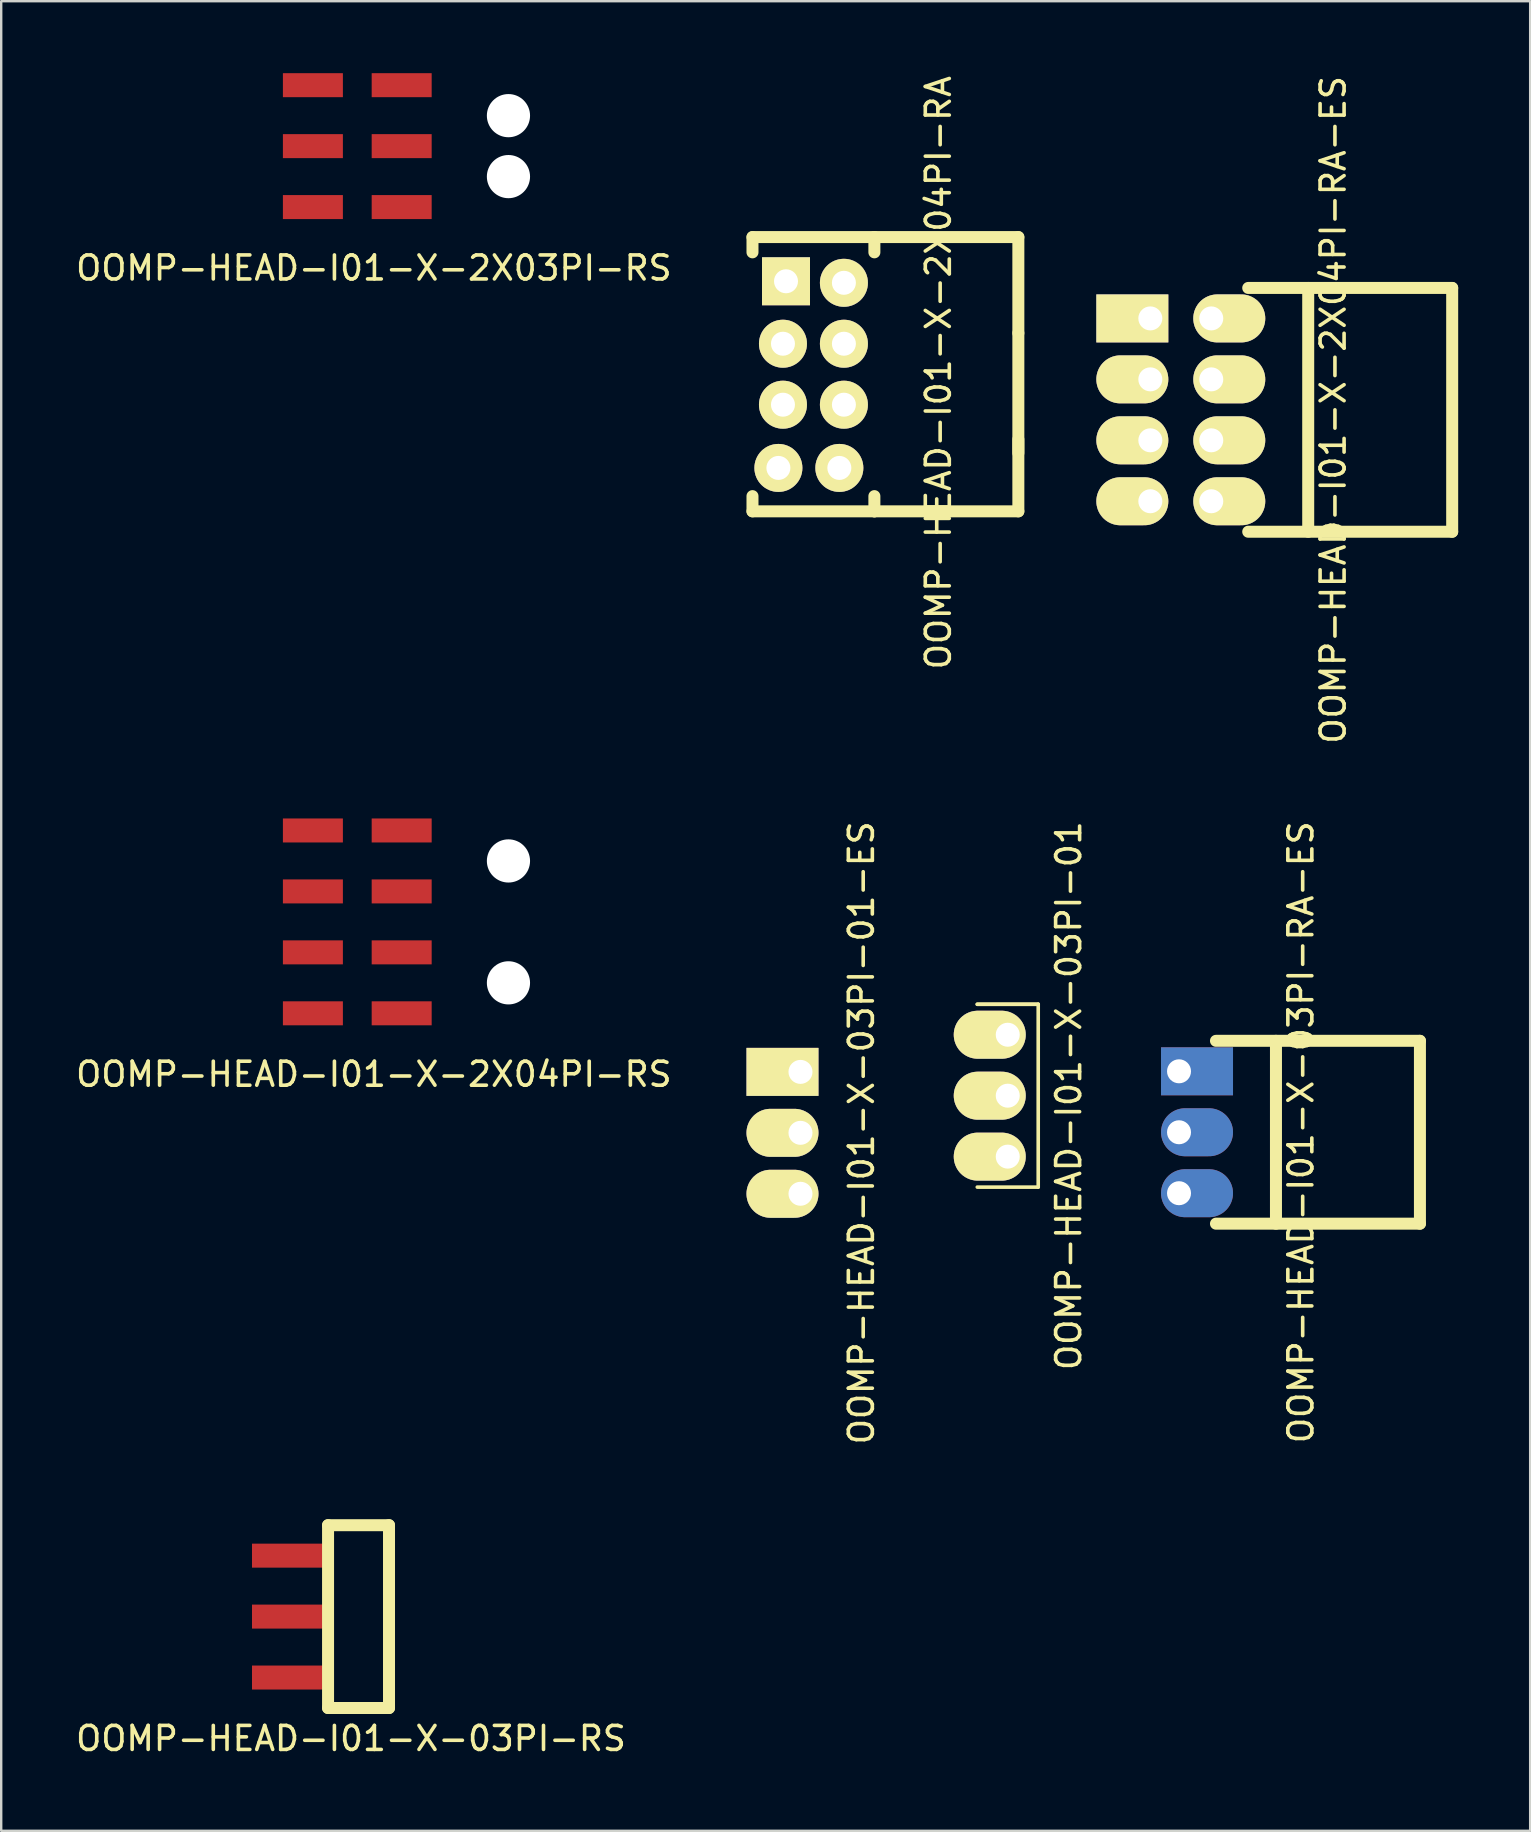
<source format=kicad_pcb>
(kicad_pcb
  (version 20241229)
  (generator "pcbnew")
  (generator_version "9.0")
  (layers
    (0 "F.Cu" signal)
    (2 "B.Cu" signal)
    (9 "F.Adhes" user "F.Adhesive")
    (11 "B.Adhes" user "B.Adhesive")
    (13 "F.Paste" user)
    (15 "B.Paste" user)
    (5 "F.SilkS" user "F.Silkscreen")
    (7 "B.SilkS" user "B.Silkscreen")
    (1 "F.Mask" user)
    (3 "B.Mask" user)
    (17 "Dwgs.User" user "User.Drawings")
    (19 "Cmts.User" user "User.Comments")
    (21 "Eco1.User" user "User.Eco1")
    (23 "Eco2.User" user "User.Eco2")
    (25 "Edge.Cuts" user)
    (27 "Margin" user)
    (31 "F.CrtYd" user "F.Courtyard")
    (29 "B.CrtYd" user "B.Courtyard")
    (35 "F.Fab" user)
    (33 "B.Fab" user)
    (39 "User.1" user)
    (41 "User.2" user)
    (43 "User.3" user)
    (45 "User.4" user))
  (footprint "OOMP-HEAD-I01-X-2X04PI-RS"
    (layer "F.Cu")
    (at 9.99 31.56)
    (property "Reference" "OOMP-HEAD-I01-X-2X04PI-RS" (at 2.54 10.16 0) (layer "F.SilkS") (effects (font (size 1 1) (thickness 0.15))))
    (attr through_hole)
    (pad "" np_thru_hole circle (at 8.15 1.27) (size 1.8 1.8) (drill 1.8) (layers "*.Cu" "*.Mask"))
    (pad "" np_thru_hole circle (at 8.15 6.35) (size 1.8 1.8) (drill 1.8) (layers "*.Cu" "*.Mask"))
    (pad "1" smd rect (at 0 0) (size 2.5 1) (layers "F.Cu" "F.Mask" "F.Paste"))
    (pad "2" smd rect (at 3.7 0) (size 2.5 1) (layers "F.Cu" "F.Mask" "F.Paste"))
    (pad "3" smd rect (at 0 2.54) (size 2.5 1) (layers "F.Cu" "F.Mask" "F.Paste"))
    (pad "4" smd rect (at 3.7 2.54) (size 2.5 1) (layers "F.Cu" "F.Mask" "F.Paste"))
    (pad "5" smd rect (at 0 5.08) (size 2.5 1) (layers "F.Cu" "F.Mask" "F.Paste"))
    (pad "6" smd rect (at 3.7 5.08) (size 2.5 1) (layers "F.Cu" "F.Mask" "F.Paste"))
    (pad "7" smd rect (at 0 7.62) (size 2.5 1) (layers "F.Cu" "F.Mask" "F.Paste"))
    (pad "8" smd rect (at 3.7 7.62) (size 2.5 1) (layers "F.Cu" "F.Mask" "F.Paste")))
  (footprint "OOMP-HEAD-I01-X-03PI-RS"
    (layer "F.Cu")
    (at 9.037 61.782)
    (property "Reference" "OOMP-HEAD-I01-X-03PI-RS" (at 2.54 7.62 0) (layer "F.SilkS") (effects (font (size 1 1) (thickness 0.15))))
    (attr through_hole)
    (fp_line (start 1.585 -1.27) (end 1.585 6.35) (stroke (width 0.5) (type solid)) (layer "F.SilkS"))
    (fp_line (start 1.585 6.35) (end 4.125 6.35) (stroke (width 0.5) (type solid)) (layer "F.SilkS"))
    (fp_line (start 4.125 -1.27) (end 1.585 -1.27) (stroke (width 0.5) (type solid)) (layer "F.SilkS"))
    (fp_line (start 4.125 -1.27) (end 4.125 6.35) (stroke (width 0.5) (type solid)) (layer "F.SilkS"))
    (pad "1" smd rect (at 0 0) (size 3.17 1) (layers "F.Cu" "F.Mask" "F.Paste"))
    (pad "2" smd rect (at 0 2.54) (size 3.17 1) (layers "F.Cu" "F.Mask" "F.Paste"))
    (pad "3" smd rect (at 0 5.08) (size 3.17 1) (layers "F.Cu" "F.Mask" "F.Paste")))
  (footprint "OOMP-HEAD-I01-X-03PI-01"
    (layer "F.Cu")
    (at 38.948 50.233)
    (property "Reference" "OOMP-HEAD-I01-X-03PI-01" (at 2.54 -7.62 90) (layer "F.SilkS") (effects (font (size 1 1) (thickness 0.15))))
    (attr through_hole)
    (fp_line (start -1.27 -11.43) (end 1.27 -11.43) (stroke (width 0.15) (type solid)) (layer "F.SilkS"))
    (fp_line (start 1.27 -11.43) (end -1.27 -11.43) (stroke (width 0.15) (type solid)) (layer "F.SilkS"))
    (fp_line (start 1.27 -11.43) (end 1.27 -3.81) (stroke (width 0.15) (type solid)) (layer "F.SilkS"))
    (fp_line (start 1.27 -3.81) (end -1.27 -3.81) (stroke (width 0.15) (type solid)) (layer "F.SilkS"))
    (pad "1" thru_hole oval (at 0 -5.08) (size 3 2) (drill 1 (offset -0.75 0)) (layers "*.Cu" "*.Mask" "F.SilkS"))
    (pad "2" thru_hole oval (at 0 -7.62) (size 3 2) (drill 1 (offset -0.75 0)) (layers "*.Cu" "*.Mask" "F.SilkS"))
    (pad "3" thru_hole oval (at 0 -10.16) (size 3 2) (drill 1 (offset -0.75 0)) (layers "*.Cu" "*.Mask" "F.SilkS")))
  (footprint "OOMP-HEAD-I01-X-2X04PI-RA"
    (layer "F.Cu")
    (at 29.707 8.672)
    (property "Reference" "OOMP-HEAD-I01-X-2X04PI-RA" (at 6.35 3.81 90) (layer "F.SilkS") (effects (font (size 1 1) (thickness 0.15))))
    (attr through_hole)
    (fp_line (start -1.397 -1.841) (end 3.683 -1.841) (stroke (width 0.5) (type solid)) (layer "F.SilkS"))
    (fp_line (start -1.397 -1.206) (end -1.397 -1.841) (stroke (width 0.5) (type solid)) (layer "F.SilkS"))
    (fp_line (start -1.397 8.954) (end -1.397 9.588) (stroke (width 0.5) (type solid)) (layer "F.SilkS"))
    (fp_line (start -1.397 9.588) (end 3.683 9.588) (stroke (width 0.5) (type solid)) (layer "F.SilkS"))
    (fp_line (start 3.683 -1.841) (end 3.683 -1.206) (stroke (width 0.5) (type solid)) (layer "F.SilkS"))
    (fp_line (start 3.683 -1.841) (end 9.683 -1.841) (stroke (width 0.5) (type solid)) (layer "F.SilkS"))
    (fp_line (start 3.683 9.588) (end 3.683 8.954) (stroke (width 0.5) (type solid)) (layer "F.SilkS"))
    (fp_line (start 3.683 9.588) (end 9.683 9.588) (stroke (width 0.5) (type solid)) (layer "F.SilkS"))
    (fp_line (start 9.683 -1.841) (end 9.683 2.159) (stroke (width 0.5) (type solid)) (layer "F.SilkS"))
    (fp_line (start 9.683 7.159) (end 9.683 2.159) (stroke (width 0.5) (type solid)) (layer "F.SilkS"))
    (fp_line (start 9.683 9.588) (end 9.683 6.588) (stroke (width 0.5) (type solid)) (layer "F.SilkS"))
    (pad "1" thru_hole rect (at 0 0 90) (size 2 2) (drill 1) (layers "*.Cu" "*.Mask" "F.SilkS"))
    (pad "2" thru_hole oval (at 2.413 0.064) (size 2 2) (drill 1) (layers "*.Cu" "*.Mask" "F.SilkS"))
    (pad "3" thru_hole oval (at -0.127 2.603 90) (size 2 2) (drill 1) (layers "*.Cu" "*.Mask" "F.SilkS"))
    (pad "4" thru_hole oval (at 2.413 2.603) (size 2 2) (drill 1) (layers "*.Cu" "*.Mask" "F.SilkS"))
    (pad "5" thru_hole oval (at -0.127 5.144 90) (size 2 2) (drill 1) (layers "*.Cu" "*.Mask" "F.SilkS"))
    (pad "6" thru_hole oval (at 2.413 5.144) (size 2 2) (drill 1) (layers "*.Cu" "*.Mask" "F.SilkS"))
    (pad "7" thru_hole oval (at -0.317 7.779) (size 2 2) (drill 1) (layers "*.Cu" "*.Mask" "F.SilkS"))
    (pad "8" thru_hole oval (at 2.223 7.779) (size 2 2) (drill 1) (layers "*.Cu" "*.Mask" "F.SilkS")))
  (footprint "OOMP-HEAD-I01-X-2X04PI-RA-ES"
    (layer "F.Cu")
    (at 44.89 10.22)
    (property "Reference" "OOMP-HEAD-I01-X-2X04PI-RA-ES" (at 7.62 3.81 90) (layer "F.SilkS") (effects (font (size 1 1) (thickness 0.15))))
    (attr through_hole)
    (fp_line (start 4.08 -1.27) (end 12.58 -1.27) (stroke (width 0.5) (type solid)) (layer "F.SilkS"))
    (fp_line (start 4.08 8.89) (end 12.58 8.89) (stroke (width 0.5) (type solid)) (layer "F.SilkS"))
    (fp_line (start 6.58 -1.27) (end 6.58 8.89) (stroke (width 0.5) (type solid)) (layer "F.SilkS"))
    (fp_line (start 12.58 -1.27) (end 12.58 8.89) (stroke (width 0.5) (type solid)) (layer "F.SilkS"))
    (pad "1" thru_hole rect (at 0 0 90) (size 2 3) (drill 1 (offset 0 -0.75)) (layers "*.Cu" "*.Mask" "F.SilkS"))
    (pad "2" thru_hole oval (at 2.54 0) (size 3 2) (drill 1 (offset 0.75 0)) (layers "*.Cu" "*.Mask" "F.SilkS"))
    (pad "3" thru_hole oval (at 0 2.54 90) (size 2 3) (drill 1 (offset 0 -0.75)) (layers "*.Cu" "*.Mask" "F.SilkS"))
    (pad "4" thru_hole oval (at 2.54 2.54) (size 3 2) (drill 1 (offset 0.75 0)) (layers "*.Cu" "*.Mask" "F.SilkS"))
    (pad "5" thru_hole oval (at 0 5.08 90) (size 2 3) (drill 1 (offset 0 -0.75)) (layers "*.Cu" "*.Mask" "F.SilkS"))
    (pad "6" thru_hole oval (at 2.54 5.08) (size 3 2) (drill 1 (offset 0.75 0)) (layers "*.Cu" "*.Mask" "F.SilkS"))
    (pad "7" thru_hole oval (at 0 7.62 90) (size 2 3) (drill 1 (offset 0 -0.75)) (layers "*.Cu" "*.Mask" "F.SilkS"))
    (pad "8" thru_hole oval (at 2.54 7.62) (size 3 2) (drill 1 (offset 0.75 0)) (layers "*.Cu" "*.Mask" "F.SilkS")))
  (footprint "OOMP-HEAD-I01-X-03PI-01-ES"
    (layer "F.Cu")
    (at 30.31 41.621)
    (property "Reference" "OOMP-HEAD-I01-X-03PI-01-ES" (at 2.54 2.54 90) (layer "F.SilkS") (effects (font (size 1 1) (thickness 0.15))))
    (attr through_hole)
    (pad "1" thru_hole rect (at 0 0) (size 3 2) (drill 1 (offset -0.75 0)) (layers "*.Cu" "*.Mask" "F.SilkS"))
    (pad "2" thru_hole oval (at 0 2.54) (size 3 2) (drill 1 (offset -0.75 0)) (layers "*.Cu" "*.Mask" "F.SilkS"))
    (pad "3" thru_hole oval (at 0 5.08) (size 3 2) (drill 1 (offset -0.75 0)) (layers "*.Cu" "*.Mask" "F.SilkS")))
  (footprint "OOMP-HEAD-I01-X-03PI-RA-ES"
    (layer "F.Cu")
    (at 46.546 41.597)
    (property "Reference" "OOMP-HEAD-I01-X-03PI-RA-ES" (at 4.62 2.54 90) (layer "F.SilkS") (effects (font (size 1 1) (thickness 0.15))))
    (attr through_hole)
    (fp_line (start 1.08 -1.27) (end 9.58 -1.27) (stroke (width 0.5) (type solid)) (layer "F.SilkS"))
    (fp_line (start 1.08 6.35) (end 9.58 6.35) (stroke (width 0.5) (type solid)) (layer "F.SilkS"))
    (fp_line (start 3.58 -1.27) (end 3.58 6.35) (stroke (width 0.5) (type solid)) (layer "F.SilkS"))
    (fp_line (start 9.58 -1.27) (end 9.58 6.35) (stroke (width 0.5) (type solid)) (layer "F.SilkS"))
    (pad "1" thru_hole rect (at -0.46 0) (size 3 2) (drill 1 (offset 0.75 0)) (layers "*.Cu" "*.Mask"))
    (pad "2" thru_hole oval (at -0.46 2.54) (size 3 2) (drill 1 (offset 0.75 0)) (layers "*.Cu" "*.Mask"))
    (pad "3" thru_hole oval (at -0.46 5.08) (size 3 2) (drill 1 (offset 0.75 0)) (layers "*.Cu" "*.Mask")))
  (footprint "OOMP-HEAD-I01-X-2X03PI-RS"
    (layer "F.Cu")
    (at 9.99 0.5)
    (property "Reference" "OOMP-HEAD-I01-X-2X03PI-RS" (at 2.54 7.62 0) (layer "F.SilkS") (effects (font (size 1 1) (thickness 0.15))))
    (attr through_hole)
    (pad "" np_thru_hole circle (at 8.15 1.27) (size 1.8 1.8) (drill 1.8) (layers "*.Cu" "*.Mask"))
    (pad "" np_thru_hole circle (at 8.15 3.81) (size 1.8 1.8) (drill 1.8) (layers "*.Cu" "*.Mask"))
    (pad "1" smd rect (at 0 0) (size 2.5 1) (layers "F.Cu" "F.Mask" "F.Paste"))
    (pad "2" smd rect (at 3.7 0) (size 2.5 1) (layers "F.Cu" "F.Mask" "F.Paste"))
    (pad "3" smd rect (at 0 2.54) (size 2.5 1) (layers "F.Cu" "F.Mask" "F.Paste"))
    (pad "4" smd rect (at 3.7 2.54) (size 2.5 1) (layers "F.Cu" "F.Mask" "F.Paste"))
    (pad "5" smd rect (at 0 5.08) (size 2.5 1) (layers "F.Cu" "F.Mask" "F.Paste"))
    (pad "6" smd rect (at 3.7 5.08) (size 2.5 1) (layers "F.Cu" "F.Mask" "F.Paste")))
  (gr_rect
    (start -3 -3)
    (end 60.72 73.25)
    (stroke (width 0.1) (type default))
    (fill no)
    (layer "Edge.Cuts")))
</source>
